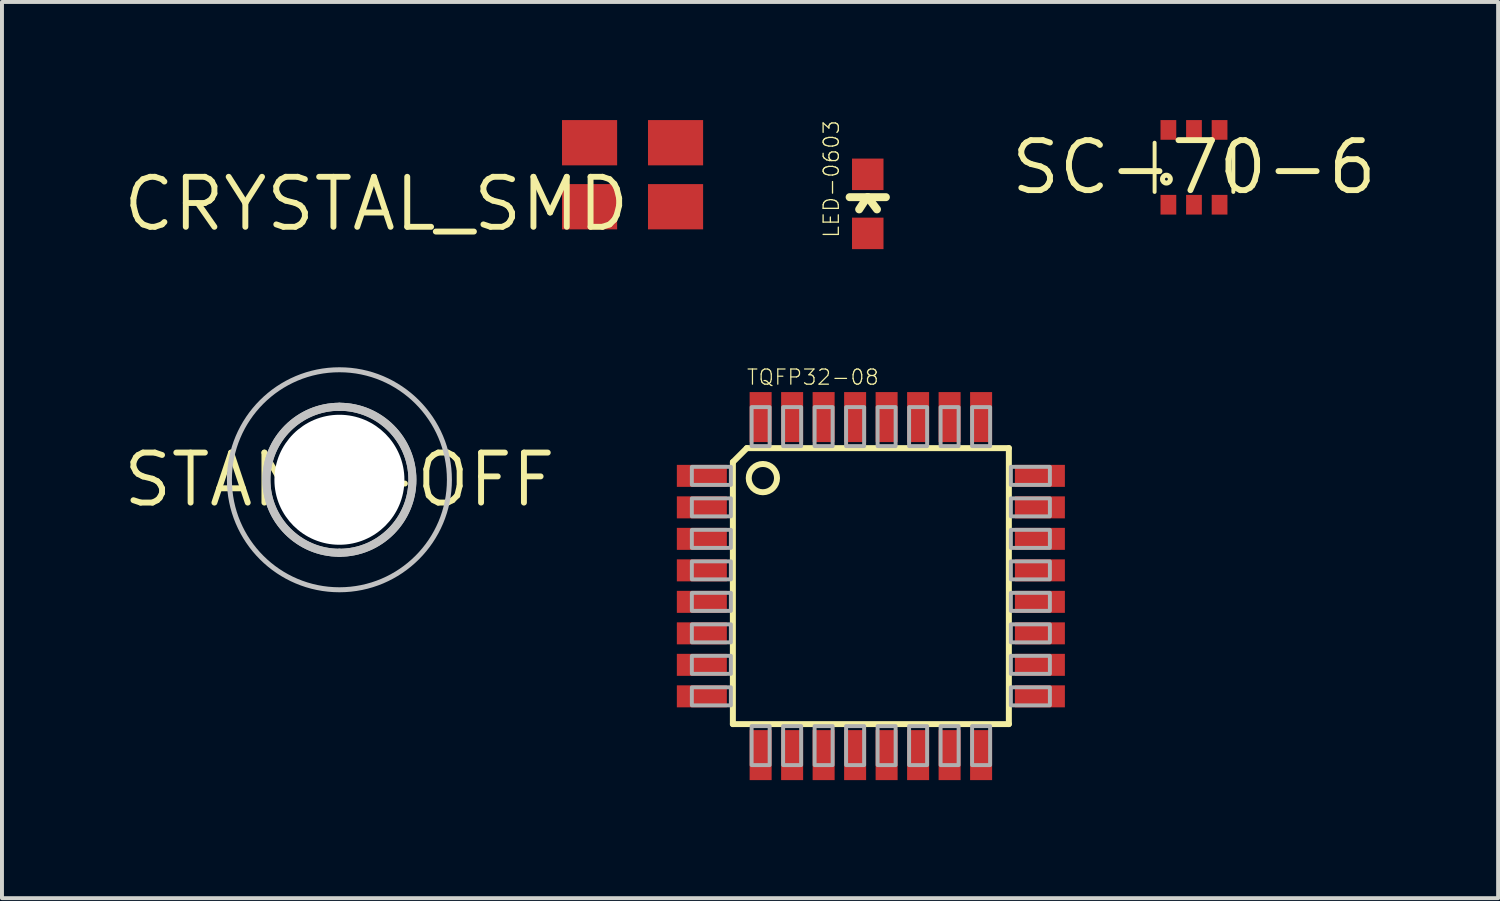
<source format=kicad_pcb>
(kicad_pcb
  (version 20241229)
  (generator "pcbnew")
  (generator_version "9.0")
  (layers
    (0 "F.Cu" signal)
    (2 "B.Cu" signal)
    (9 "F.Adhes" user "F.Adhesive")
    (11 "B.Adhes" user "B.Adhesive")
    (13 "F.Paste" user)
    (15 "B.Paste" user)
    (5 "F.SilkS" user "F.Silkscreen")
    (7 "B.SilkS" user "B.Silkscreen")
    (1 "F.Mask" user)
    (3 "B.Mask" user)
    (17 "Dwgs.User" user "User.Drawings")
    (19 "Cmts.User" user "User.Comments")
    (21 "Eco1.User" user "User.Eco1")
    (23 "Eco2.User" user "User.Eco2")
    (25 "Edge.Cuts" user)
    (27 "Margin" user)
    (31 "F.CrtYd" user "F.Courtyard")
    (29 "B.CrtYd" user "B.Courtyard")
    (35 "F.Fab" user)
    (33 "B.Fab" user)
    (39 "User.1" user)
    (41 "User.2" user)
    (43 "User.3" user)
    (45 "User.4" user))
  (footprint "TQFP32-08"
    (layer "F.Cu")
    (at 19.07 11.837)
    (property "Reference" "TQFP32-08" (at -3.175 -5.08 0) (layer "F.SilkS") (effects (font (size 0.386 0.386) (thickness 0.031)) (justify left bottom)))
    (attr through_hole)
    (fp_line (start -3.505 3.505) (end -3.505 -3.15) (stroke (width 0.152) (type solid)) (layer "F.SilkS"))
    (fp_line (start -3.15 -3.505) (end -3.505 -3.15) (stroke (width 0.152) (type solid)) (layer "F.SilkS"))
    (fp_line (start -3.15 -3.505) (end 3.505 -3.505) (stroke (width 0.152) (type solid)) (layer "F.SilkS"))
    (fp_line (start 3.505 -3.505) (end 3.505 3.505) (stroke (width 0.152) (type solid)) (layer "F.SilkS"))
    (fp_line (start 3.505 3.505) (end -3.505 3.505) (stroke (width 0.152) (type solid)) (layer "F.SilkS"))
    (fp_circle (center -2.743 -2.743) (end -2.384 -2.743) (stroke (width 0.152) (type solid)) (fill no) (layer "F.SilkS"))
    (fp_poly (pts (xy -4.547 -2.571) (xy -3.556 -2.571) (xy -3.556 -3.029) (xy -4.547 -3.029)) (stroke (width 0.1) (type solid)) (fill no) (layer "F.Fab"))
    (fp_poly (pts (xy -4.547 -1.771) (xy -3.556 -1.771) (xy -3.556 -2.229) (xy -4.547 -2.229)) (stroke (width 0.1) (type solid)) (fill no) (layer "F.Fab"))
    (fp_poly (pts (xy -4.547 -0.971) (xy -3.556 -0.971) (xy -3.556 -1.429) (xy -4.547 -1.429)) (stroke (width 0.1) (type solid)) (fill no) (layer "F.Fab"))
    (fp_poly (pts (xy -4.547 -0.171) (xy -3.556 -0.171) (xy -3.556 -0.629) (xy -4.547 -0.629)) (stroke (width 0.1) (type solid)) (fill no) (layer "F.Fab"))
    (fp_poly (pts (xy -4.547 0.629) (xy -3.556 0.629) (xy -3.556 0.171) (xy -4.547 0.171)) (stroke (width 0.1) (type solid)) (fill no) (layer "F.Fab"))
    (fp_poly (pts (xy -4.547 1.429) (xy -3.556 1.429) (xy -3.556 0.971) (xy -4.547 0.971)) (stroke (width 0.1) (type solid)) (fill no) (layer "F.Fab"))
    (fp_poly (pts (xy -4.547 2.229) (xy -3.556 2.229) (xy -3.556 1.771) (xy -4.547 1.771)) (stroke (width 0.1) (type solid)) (fill no) (layer "F.Fab"))
    (fp_poly (pts (xy -4.547 3.029) (xy -3.556 3.029) (xy -3.556 2.571) (xy -4.547 2.571)) (stroke (width 0.1) (type solid)) (fill no) (layer "F.Fab"))
    (fp_poly (pts (xy -3.029 -3.556) (xy -2.571 -3.556) (xy -2.571 -4.547) (xy -3.029 -4.547)) (stroke (width 0.1) (type solid)) (fill no) (layer "F.Fab"))
    (fp_poly (pts (xy -3.029 4.547) (xy -2.571 4.547) (xy -2.571 3.556) (xy -3.029 3.556)) (stroke (width 0.1) (type solid)) (fill no) (layer "F.Fab"))
    (fp_poly (pts (xy -2.229 -3.556) (xy -1.771 -3.556) (xy -1.771 -4.547) (xy -2.229 -4.547)) (stroke (width 0.1) (type solid)) (fill no) (layer "F.Fab"))
    (fp_poly (pts (xy -2.229 4.547) (xy -1.771 4.547) (xy -1.771 3.556) (xy -2.229 3.556)) (stroke (width 0.1) (type solid)) (fill no) (layer "F.Fab"))
    (fp_poly (pts (xy -1.429 -3.556) (xy -0.971 -3.556) (xy -0.971 -4.547) (xy -1.429 -4.547)) (stroke (width 0.1) (type solid)) (fill no) (layer "F.Fab"))
    (fp_poly (pts (xy -1.429 4.547) (xy -0.971 4.547) (xy -0.971 3.556) (xy -1.429 3.556)) (stroke (width 0.1) (type solid)) (fill no) (layer "F.Fab"))
    (fp_poly (pts (xy -0.629 -3.556) (xy -0.171 -3.556) (xy -0.171 -4.547) (xy -0.629 -4.547)) (stroke (width 0.1) (type solid)) (fill no) (layer "F.Fab"))
    (fp_poly (pts (xy -0.629 4.547) (xy -0.171 4.547) (xy -0.171 3.556) (xy -0.629 3.556)) (stroke (width 0.1) (type solid)) (fill no) (layer "F.Fab"))
    (fp_poly (pts (xy 0.171 -3.556) (xy 0.629 -3.556) (xy 0.629 -4.547) (xy 0.171 -4.547)) (stroke (width 0.1) (type solid)) (fill no) (layer "F.Fab"))
    (fp_poly (pts (xy 0.171 4.547) (xy 0.629 4.547) (xy 0.629 3.556) (xy 0.171 3.556)) (stroke (width 0.1) (type solid)) (fill no) (layer "F.Fab"))
    (fp_poly (pts (xy 0.971 -3.556) (xy 1.429 -3.556) (xy 1.429 -4.547) (xy 0.971 -4.547)) (stroke (width 0.1) (type solid)) (fill no) (layer "F.Fab"))
    (fp_poly (pts (xy 0.971 4.547) (xy 1.429 4.547) (xy 1.429 3.556) (xy 0.971 3.556)) (stroke (width 0.1) (type solid)) (fill no) (layer "F.Fab"))
    (fp_poly (pts (xy 1.771 -3.556) (xy 2.229 -3.556) (xy 2.229 -4.547) (xy 1.771 -4.547)) (stroke (width 0.1) (type solid)) (fill no) (layer "F.Fab"))
    (fp_poly (pts (xy 1.771 4.547) (xy 2.229 4.547) (xy 2.229 3.556) (xy 1.771 3.556)) (stroke (width 0.1) (type solid)) (fill no) (layer "F.Fab"))
    (fp_poly (pts (xy 2.571 -3.556) (xy 3.029 -3.556) (xy 3.029 -4.547) (xy 2.571 -4.547)) (stroke (width 0.1) (type solid)) (fill no) (layer "F.Fab"))
    (fp_poly (pts (xy 2.571 4.547) (xy 3.029 4.547) (xy 3.029 3.556) (xy 2.571 3.556)) (stroke (width 0.1) (type solid)) (fill no) (layer "F.Fab"))
    (fp_poly (pts (xy 3.556 -2.571) (xy 4.547 -2.571) (xy 4.547 -3.029) (xy 3.556 -3.029)) (stroke (width 0.1) (type solid)) (fill no) (layer "F.Fab"))
    (fp_poly (pts (xy 3.556 -1.771) (xy 4.547 -1.771) (xy 4.547 -2.229) (xy 3.556 -2.229)) (stroke (width 0.1) (type solid)) (fill no) (layer "F.Fab"))
    (fp_poly (pts (xy 3.556 -0.971) (xy 4.547 -0.971) (xy 4.547 -1.429) (xy 3.556 -1.429)) (stroke (width 0.1) (type solid)) (fill no) (layer "F.Fab"))
    (fp_poly (pts (xy 3.556 -0.171) (xy 4.547 -0.171) (xy 4.547 -0.629) (xy 3.556 -0.629)) (stroke (width 0.1) (type solid)) (fill no) (layer "F.Fab"))
    (fp_poly (pts (xy 3.556 0.629) (xy 4.547 0.629) (xy 4.547 0.171) (xy 3.556 0.171)) (stroke (width 0.1) (type solid)) (fill no) (layer "F.Fab"))
    (fp_poly (pts (xy 3.556 1.429) (xy 4.547 1.429) (xy 4.547 0.971) (xy 3.556 0.971)) (stroke (width 0.1) (type solid)) (fill no) (layer "F.Fab"))
    (fp_poly (pts (xy 3.556 2.229) (xy 4.547 2.229) (xy 4.547 1.771) (xy 3.556 1.771)) (stroke (width 0.1) (type solid)) (fill no) (layer "F.Fab"))
    (fp_poly (pts (xy 3.556 3.029) (xy 4.547 3.029) (xy 4.547 2.571) (xy 3.556 2.571)) (stroke (width 0.1) (type solid)) (fill no) (layer "F.Fab"))
    (pad "1" smd rect (at -4.293 -2.8) (size 1.27 0.559) (layers "F.Cu" "F.Mask" "F.Paste"))
    (pad "2" smd rect (at -4.293 -2) (size 1.27 0.559) (layers "F.Cu" "F.Mask" "F.Paste"))
    (pad "3" smd rect (at -4.293 -1.2) (size 1.27 0.559) (layers "F.Cu" "F.Mask" "F.Paste"))
    (pad "4" smd rect (at -4.293 -0.4) (size 1.27 0.559) (layers "F.Cu" "F.Mask" "F.Paste"))
    (pad "5" smd rect (at -4.293 0.4) (size 1.27 0.559) (layers "F.Cu" "F.Mask" "F.Paste"))
    (pad "6" smd rect (at -4.293 1.2) (size 1.27 0.559) (layers "F.Cu" "F.Mask" "F.Paste"))
    (pad "7" smd rect (at -4.293 2) (size 1.27 0.559) (layers "F.Cu" "F.Mask" "F.Paste"))
    (pad "8" smd rect (at -4.293 2.8) (size 1.27 0.559) (layers "F.Cu" "F.Mask" "F.Paste"))
    (pad "9" smd rect (at -2.8 4.293) (size 0.559 1.27) (layers "F.Cu" "F.Mask" "F.Paste"))
    (pad "10" smd rect (at -2 4.293) (size 0.559 1.27) (layers "F.Cu" "F.Mask" "F.Paste"))
    (pad "11" smd rect (at -1.2 4.293) (size 0.559 1.27) (layers "F.Cu" "F.Mask" "F.Paste"))
    (pad "12" smd rect (at -0.4 4.293) (size 0.559 1.27) (layers "F.Cu" "F.Mask" "F.Paste"))
    (pad "13" smd rect (at 0.4 4.293) (size 0.559 1.27) (layers "F.Cu" "F.Mask" "F.Paste"))
    (pad "14" smd rect (at 1.2 4.293) (size 0.559 1.27) (layers "F.Cu" "F.Mask" "F.Paste"))
    (pad "15" smd rect (at 2 4.293) (size 0.559 1.27) (layers "F.Cu" "F.Mask" "F.Paste"))
    (pad "16" smd rect (at 2.8 4.293) (size 0.559 1.27) (layers "F.Cu" "F.Mask" "F.Paste"))
    (pad "17" smd rect (at 4.293 2.8) (size 1.27 0.559) (layers "F.Cu" "F.Mask" "F.Paste"))
    (pad "18" smd rect (at 4.293 2) (size 1.27 0.559) (layers "F.Cu" "F.Mask" "F.Paste"))
    (pad "19" smd rect (at 4.293 1.2) (size 1.27 0.559) (layers "F.Cu" "F.Mask" "F.Paste"))
    (pad "20" smd rect (at 4.293 0.4) (size 1.27 0.559) (layers "F.Cu" "F.Mask" "F.Paste"))
    (pad "21" smd rect (at 4.293 -0.4) (size 1.27 0.559) (layers "F.Cu" "F.Mask" "F.Paste"))
    (pad "22" smd rect (at 4.293 -1.2) (size 1.27 0.559) (layers "F.Cu" "F.Mask" "F.Paste"))
    (pad "23" smd rect (at 4.293 -2) (size 1.27 0.559) (layers "F.Cu" "F.Mask" "F.Paste"))
    (pad "24" smd rect (at 4.293 -2.8) (size 1.27 0.559) (layers "F.Cu" "F.Mask" "F.Paste"))
    (pad "25" smd rect (at 2.8 -4.293) (size 0.559 1.27) (layers "F.Cu" "F.Mask" "F.Paste"))
    (pad "26" smd rect (at 2 -4.293) (size 0.559 1.27) (layers "F.Cu" "F.Mask" "F.Paste"))
    (pad "27" smd rect (at 1.2 -4.293) (size 0.559 1.27) (layers "F.Cu" "F.Mask" "F.Paste"))
    (pad "28" smd rect (at 0.4 -4.293) (size 0.559 1.27) (layers "F.Cu" "F.Mask" "F.Paste"))
    (pad "29" smd rect (at -0.4 -4.293) (size 0.559 1.27) (layers "F.Cu" "F.Mask" "F.Paste"))
    (pad "30" smd rect (at -1.2 -4.293) (size 0.559 1.27) (layers "F.Cu" "F.Mask" "F.Paste"))
    (pad "31" smd rect (at -2 -4.293) (size 0.559 1.27) (layers "F.Cu" "F.Mask" "F.Paste"))
    (pad "32" smd rect (at -2.8 -4.293) (size 0.559 1.27) (layers "F.Cu" "F.Mask" "F.Paste")))
  (footprint "CRYSTAL_SMD"
    (layer "F.Cu")
    (at 13.017 1.388)
    (property "Reference" "CRYSTAL_SMD" (at 0 0 0) (layer "F.SilkS") (effects (font (size 1.27 1.27) (thickness 0.15)) (justify right top)))
    (attr through_hole)
    (pad "1" smd rect (at -1.092 0.813) (size 1.4 1.15) (layers "F.Cu" "F.Mask" "F.Paste"))
    (pad "2" smd rect (at 1.092 0.813) (size 1.4 1.15) (layers "F.Cu" "F.Mask" "F.Paste"))
    (pad "3" smd rect (at 1.092 -0.813) (size 1.4 1.15) (layers "F.Cu" "F.Mask" "F.Paste"))
    (pad "4" smd rect (at -1.092 -0.813) (size 1.4 1.15) (layers "F.Cu" "F.Mask" "F.Paste")))
  (footprint "LED-0603"
    (layer "F.Cu")
    (at 18.991 2.128)
    (property "Reference" "LED-0603" (at -0.699 0.889 90) (layer "F.SilkS") (effects (font (size 0.386 0.386) (thickness 0.033)) (justify left bottom)))
    (attr through_hole)
    (fp_line (start -0.46 -0.17) (end 0 -0.17) (stroke (width 0.203) (type solid)) (layer "F.SilkS"))
    (fp_line (start -0.025 -0.155) (end -0.218 0.14) (stroke (width 0.203) (type solid)) (layer "F.SilkS"))
    (fp_line (start 0 -0.17) (end 0.234 0.14) (stroke (width 0.203) (type solid)) (layer "F.SilkS"))
    (fp_line (start 0.46 -0.17) (end 0 -0.17) (stroke (width 0.203) (type solid)) (layer "F.SilkS"))
    (pad "A" smd rect (at 0 0.75) (size 0.8 0.8) (layers "F.Cu" "F.Mask" "F.Paste"))
    (pad "C" smd rect (at 0 -0.75) (size 0.8 0.8) (layers "F.Cu" "F.Mask" "F.Paste")))
  (footprint "STAND-OFF"
    (layer "F.Cu")
    (at 5.571 9.136)
    (property "Reference" "STAND-OFF" (at 0 0 0) (layer "F.SilkS") (effects (font (size 1.27 1.27) (thickness 0.15))))
    (attr through_hole)
    (fp_arc (start 0 -1.8542) (mid 1.8542 0) (end 0 1.8542) (stroke (width 0.2032) (type solid)) (layer "Dwgs.User"))
    (fp_arc (start 0 -1.8542) (mid 1.8542 0) (end 0 1.8542) (stroke (width 0.2032) (type solid)) (layer "Dwgs.User"))
    (fp_arc (start 0 1.8542) (mid -1.8542 0) (end 0 -1.8542) (stroke (width 0.2032) (type solid)) (layer "Dwgs.User"))
    (fp_arc (start 0 1.8542) (mid -1.8542 0) (end 0 -1.8542) (stroke (width 0.2032) (type solid)) (layer "Dwgs.User"))
    (fp_circle (center 0 0) (end 2.794 0) (stroke (width 0.127) (type solid)) (fill no) (layer "Dwgs.User"))
    (pad "" np_thru_hole circle (at 0 0) (size 3.302 3.302) (drill 3.302) (layers "*.Cu" "*.Mask")))
  (footprint "SC-70-6"
    (layer "F.Cu")
    (at 27.277 1.2)
    (property "Reference" "SC-70-6" (at 0 0 0) (layer "F.SilkS") (effects (font (size 1.27 1.27) (thickness 0.15))))
    (attr through_hole)
    (fp_line (start -1 -0.625) (end -1 0.625) (stroke (width 0.1) (type solid)) (layer "F.SilkS"))
    (fp_line (start 1 -0.625) (end 1 0.625) (stroke (width 0.1) (type solid)) (layer "F.SilkS"))
    (fp_circle (center -0.7 0.3) (end -0.6 0.3) (stroke (width 0.127) (type solid)) (fill no) (layer "F.SilkS"))
    (pad "1" smd rect (at -0.65 0.95) (size 0.4 0.5) (layers "F.Cu" "F.Mask" "F.Paste"))
    (pad "2" smd rect (at 0 0.95) (size 0.4 0.5) (layers "F.Cu" "F.Mask" "F.Paste"))
    (pad "3" smd rect (at 0.65 0.95) (size 0.4 0.5) (layers "F.Cu" "F.Mask" "F.Paste"))
    (pad "4" smd rect (at 0.65 -0.95) (size 0.4 0.5) (layers "F.Cu" "F.Mask" "F.Paste"))
    (pad "5" smd rect (at 0 -0.95) (size 0.4 0.5) (layers "F.Cu" "F.Mask" "F.Paste"))
    (pad "6" smd rect (at -0.65 -0.95) (size 0.4 0.5) (layers "F.Cu" "F.Mask" "F.Paste")))
  (gr_rect
    (start -3 -3)
    (end 35.002 19.764)
    (stroke (width 0.1) (type default))
    (fill no)
    (layer "Edge.Cuts")))
</source>
